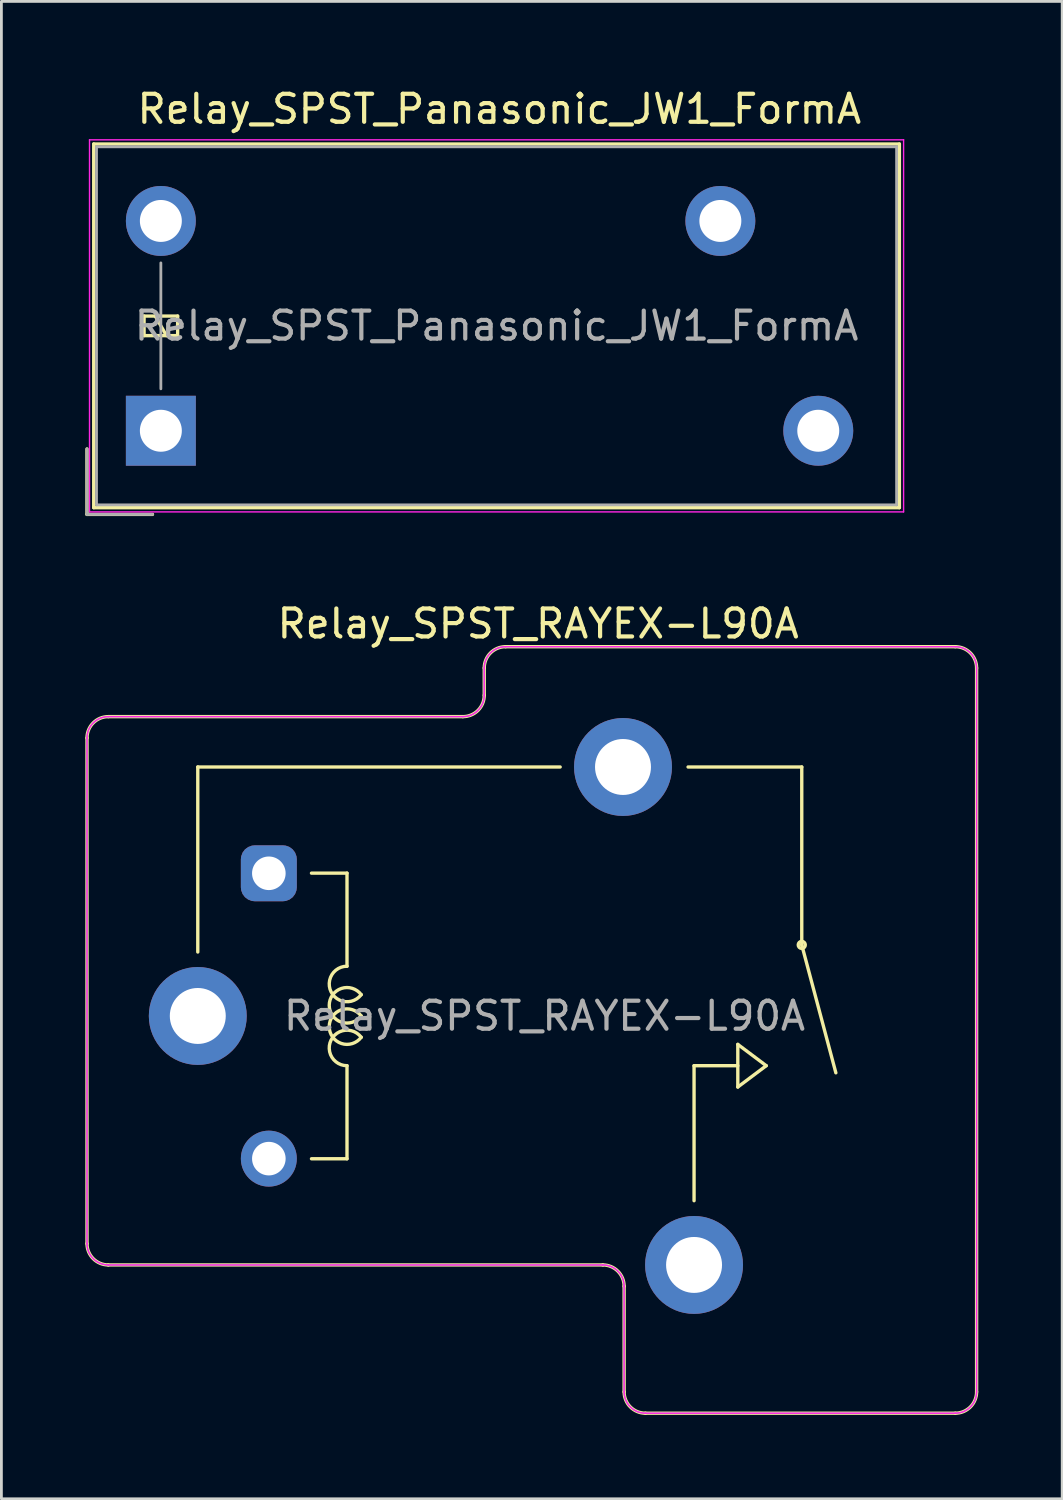
<source format=kicad_pcb>
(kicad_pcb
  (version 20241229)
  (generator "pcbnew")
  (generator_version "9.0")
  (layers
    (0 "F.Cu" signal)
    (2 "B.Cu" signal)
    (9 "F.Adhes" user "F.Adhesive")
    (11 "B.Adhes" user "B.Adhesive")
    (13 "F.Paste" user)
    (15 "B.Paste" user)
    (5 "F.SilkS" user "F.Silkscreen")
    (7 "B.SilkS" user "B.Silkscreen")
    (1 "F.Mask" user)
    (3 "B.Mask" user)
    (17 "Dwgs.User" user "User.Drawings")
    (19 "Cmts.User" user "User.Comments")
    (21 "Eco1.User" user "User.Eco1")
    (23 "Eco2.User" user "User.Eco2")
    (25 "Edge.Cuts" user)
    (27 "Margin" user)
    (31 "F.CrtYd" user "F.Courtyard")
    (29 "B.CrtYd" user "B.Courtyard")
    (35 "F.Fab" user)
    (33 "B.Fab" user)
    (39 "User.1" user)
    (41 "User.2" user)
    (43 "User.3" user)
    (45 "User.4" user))
  (footprint "Relay_SPST_Panasonic_JW1_FormA"
    (layer "F.Cu")
    (at 2.7 12.348)
    (property "Reference" "Relay_SPST_Panasonic_JW1_FormA" (at 12.1 -11.5 180) (layer "F.SilkS") (effects (font (size 1 1) (thickness 0.15))))
    (attr through_hole)
    (fp_line (start -2.64 2.99) (end -2.64 0.65) (stroke (width 0.12) (type solid)) (layer "F.SilkS"))
    (fp_line (start -2.4 -10.25) (end -2.4 2.75) (stroke (width 0.12) (type solid)) (layer "F.SilkS"))
    (fp_line (start -2.4 2.75) (end 26.4 2.75) (stroke (width 0.12) (type solid)) (layer "F.SilkS"))
    (fp_line (start -0.6 -4.1) (end -0.6 -3.4) (stroke (width 0.12) (type solid)) (layer "F.SilkS"))
    (fp_line (start -0.6 -3.4) (end 0.6 -3.4) (stroke (width 0.12) (type solid)) (layer "F.SilkS"))
    (fp_line (start -0.3 2.99) (end -2.64 2.99) (stroke (width 0.12) (type solid)) (layer "F.SilkS"))
    (fp_line (start 0.2 -3.4) (end -0.2 -4.1) (stroke (width 0.12) (type solid)) (layer "F.SilkS"))
    (fp_line (start 0.6 -4.1) (end -0.6 -4.1) (stroke (width 0.12) (type solid)) (layer "F.SilkS"))
    (fp_line (start 0.6 -3.4) (end 0.6 -4.1) (stroke (width 0.12) (type solid)) (layer "F.SilkS"))
    (fp_line (start 26.4 -10.25) (end -2.4 -10.25) (stroke (width 0.12) (type solid)) (layer "F.SilkS"))
    (fp_line (start 26.4 2.75) (end 26.4 -10.25) (stroke (width 0.12) (type solid)) (layer "F.SilkS"))
    (fp_line (start -2.55 -10.4) (end -2.55 2.9) (stroke (width 0.05) (type solid)) (layer "F.CrtYd"))
    (fp_line (start -2.55 2.9) (end 26.55 2.9) (stroke (width 0.05) (type solid)) (layer "F.CrtYd"))
    (fp_line (start 26.55 -10.4) (end -2.55 -10.4) (stroke (width 0.05) (type solid)) (layer "F.CrtYd"))
    (fp_line (start 26.55 2.9) (end 26.55 -10.4) (stroke (width 0.05) (type solid)) (layer "F.CrtYd"))
    (fp_line (start -2.64 2.99) (end -2.64 0.65) (stroke (width 0.1) (type solid)) (layer "F.Fab"))
    (fp_line (start -2.3 -10.15) (end -2.3 2.65) (stroke (width 0.1) (type solid)) (layer "F.Fab"))
    (fp_line (start -2.3 2.65) (end 26.3 2.65) (stroke (width 0.1) (type solid)) (layer "F.Fab"))
    (fp_line (start -0.3 2.99) (end -2.64 2.99) (stroke (width 0.1) (type solid)) (layer "F.Fab"))
    (fp_line (start 0 -1.5) (end 0 -6) (stroke (width 0.1) (type solid)) (layer "F.Fab"))
    (fp_line (start 26.3 -10.15) (end -2.3 -10.15) (stroke (width 0.1) (type solid)) (layer "F.Fab"))
    (fp_line (start 26.3 2.65) (end 26.3 -10.15) (stroke (width 0.1) (type solid)) (layer "F.Fab"))
    (fp_text user "${REFERENCE}" (at 12 -3.75 180) (layer "F.Fab") (effects (font (size 1 1) (thickness 0.15))))
    (pad "1" thru_hole rect (at 0 0 90) (size 2.5 2.5) (drill 1.5) (layers "*.Cu" "*.Mask"))
    (pad "4" thru_hole oval (at 23.5 0 90) (size 2.5 2.5) (drill 1.5) (layers "*.Cu" "*.Mask"))
    (pad "6" thru_hole oval (at 20 -7.5 90) (size 2.5 2.5) (drill 1.5) (layers "*.Cu" "*.Mask"))
    (pad "8" thru_hole oval (at 0 -7.5 90) (size 2.5 2.5) (drill 1.5) (layers "*.Cu" "*.Mask")))
  (footprint "Relay_SPST_RAYEX-L90A"
    (layer "F.Cu")
    (at 4.02 33.267)
    (property "Reference" "Relay_SPST_RAYEX-L90A" (at 12.167 -14.021 0) (layer "F.SilkS") (effects (font (size 1 1) (thickness 0.15))))
    (attr through_hole)
    (fp_line (start -3.96 -9.938) (end -3.96 8.138) (stroke (width 0.12) (type solid)) (layer "F.SilkS"))
    (fp_line (start -3.198 -10.7) (end 9.478 -10.7) (stroke (width 0.12) (type solid)) (layer "F.SilkS"))
    (fp_line (start -3.198 8.9) (end 14.478 8.9) (stroke (width 0.12) (type solid)) (layer "F.SilkS"))
    (fp_line (start 0 -8.9) (end 0 -2.286) (stroke (width 0.12) (type solid)) (layer "F.SilkS"))
    (fp_line (start 0 -8.9) (end 12.954 -8.9) (stroke (width 0.12) (type solid)) (layer "F.SilkS"))
    (fp_line (start 4.064 -5.105) (end 5.334 -5.105) (stroke (width 0.12) (type solid)) (layer "F.SilkS"))
    (fp_line (start 5.334 -1.778) (end 5.334 -5.105) (stroke (width 0.12) (type solid)) (layer "F.SilkS"))
    (fp_line (start 5.334 5.105) (end 4.064 5.105) (stroke (width 0.12) (type solid)) (layer "F.SilkS"))
    (fp_line (start 5.334 5.105) (end 5.334 1.778) (stroke (width 0.12) (type solid)) (layer "F.SilkS"))
    (fp_line (start 10.24 -12.438) (end 10.24 -11.462) (stroke (width 0.12) (type solid)) (layer "F.SilkS"))
    (fp_line (start 11.002 -13.2) (end 27.078 -13.2) (stroke (width 0.12) (type solid)) (layer "F.SilkS"))
    (fp_line (start 15.24 9.662) (end 15.24 13.438) (stroke (width 0.12) (type solid)) (layer "F.SilkS"))
    (fp_line (start 16.002 14.2) (end 27.078 14.2) (stroke (width 0.12) (type solid)) (layer "F.SilkS"))
    (fp_line (start 17.74 1.778) (end 19.304 1.778) (stroke (width 0.12) (type solid)) (layer "F.SilkS"))
    (fp_line (start 17.74 6.604) (end 17.74 1.778) (stroke (width 0.12) (type solid)) (layer "F.SilkS"))
    (fp_line (start 19.304 1.016) (end 19.304 2.54) (stroke (width 0.12) (type solid)) (layer "F.SilkS"))
    (fp_line (start 19.304 2.54) (end 20.32 1.778) (stroke (width 0.12) (type solid)) (layer "F.SilkS"))
    (fp_line (start 20.32 1.778) (end 19.304 1.016) (stroke (width 0.12) (type solid)) (layer "F.SilkS"))
    (fp_line (start 21.59 -8.9) (end 17.526 -8.9) (stroke (width 0.12) (type solid)) (layer "F.SilkS"))
    (fp_line (start 21.59 -2.54) (end 21.59 -8.9) (stroke (width 0.12) (type solid)) (layer "F.SilkS"))
    (fp_line (start 21.59 -2.54) (end 22.809 2.032) (stroke (width 0.12) (type solid)) (layer "F.SilkS"))
    (fp_line (start 27.84 -12.438) (end 27.84 13.438) (stroke (width 0.12) (type solid)) (layer "F.SilkS"))
    (fp_arc (start -3.96 -9.938) (mid -3.736815 -10.476815) (end -3.198 -10.7) (stroke (width 0.12) (type solid)) (layer "F.SilkS"))
    (fp_arc (start -3.198 8.9) (mid -3.736815 8.676815) (end -3.96 8.138) (stroke (width 0.12) (type solid)) (layer "F.SilkS"))
    (fp_arc (start 5.334002 1.777997) (mid 4.765966 0.859166) (end 5.841802 0.76173) (stroke (width 0.12) (type solid)) (layer "F.SilkS"))
    (fp_arc (start 5.8418 -0.761733) (mid 4.765964 -0.859168) (end 5.334 -1.778) (stroke (width 0.12) (type solid)) (layer "F.SilkS"))
    (fp_arc (start 5.842265 -0.000355) (mid 4.699002 -0.38078) (end 5.842 -0.762001) (stroke (width 0.12) (type solid)) (layer "F.SilkS"))
    (fp_arc (start 5.842266 0.761644) (mid 4.699003 0.381219) (end 5.842001 -0.000002) (stroke (width 0.12) (type solid)) (layer "F.SilkS"))
    (fp_arc (start 10.24 -12.438) (mid 10.463185 -12.976815) (end 11.002 -13.2) (stroke (width 0.12) (type solid)) (layer "F.SilkS"))
    (fp_arc (start 10.24 -11.462) (mid 10.016815 -10.923185) (end 9.478 -10.7) (stroke (width 0.12) (type solid)) (layer "F.SilkS"))
    (fp_arc (start 14.478 8.9) (mid 15.016815 9.123185) (end 15.24 9.662) (stroke (width 0.12) (type solid)) (layer "F.SilkS"))
    (fp_arc (start 16.002 14.2) (mid 15.463185 13.976815) (end 15.24 13.438) (stroke (width 0.12) (type solid)) (layer "F.SilkS"))
    (fp_arc (start 27.078 -13.2) (mid 27.616815 -12.976815) (end 27.84 -12.438) (stroke (width 0.12) (type solid)) (layer "F.SilkS"))
    (fp_arc (start 27.84 13.438) (mid 27.616815 13.976815) (end 27.078 14.2) (stroke (width 0.12) (type solid)) (layer "F.SilkS"))
    (fp_circle (center 21.59 -2.54) (end 21.59 -2.413) (stroke (width 0.12) (type solid)) (fill no) (layer "F.SilkS"))
    (fp_line (start -3.96 -9.938) (end -3.96 8.138) (stroke (width 0.05) (type solid)) (layer "F.CrtYd"))
    (fp_line (start -3.198 -10.7) (end 9.478 -10.7) (stroke (width 0.05) (type solid)) (layer "F.CrtYd"))
    (fp_line (start -3.198 8.9) (end 14.478 8.9) (stroke (width 0.05) (type solid)) (layer "F.CrtYd"))
    (fp_line (start 10.24 -12.438) (end 10.24 -11.462) (stroke (width 0.05) (type solid)) (layer "F.CrtYd"))
    (fp_line (start 11.002 -13.2) (end 27.078 -13.2) (stroke (width 0.05) (type solid)) (layer "F.CrtYd"))
    (fp_line (start 15.24 9.662) (end 15.24 13.438) (stroke (width 0.05) (type solid)) (layer "F.CrtYd"))
    (fp_line (start 16.002 14.2) (end 27.078 14.2) (stroke (width 0.05) (type solid)) (layer "F.CrtYd"))
    (fp_line (start 27.84 -12.438) (end 27.84 13.438) (stroke (width 0.05) (type solid)) (layer "F.CrtYd"))
    (fp_arc (start -3.96 -9.938) (mid -3.736815 -10.476815) (end -3.198 -10.7) (stroke (width 0.05) (type solid)) (layer "F.CrtYd"))
    (fp_arc (start -3.198 8.9) (mid -3.736815 8.676815) (end -3.96 8.138) (stroke (width 0.05) (type solid)) (layer "F.CrtYd"))
    (fp_arc (start 10.24 -12.438) (mid 10.463185 -12.976815) (end 11.002 -13.2) (stroke (width 0.05) (type solid)) (layer "F.CrtYd"))
    (fp_arc (start 10.24 -11.462) (mid 10.016815 -10.923185) (end 9.478 -10.7) (stroke (width 0.05) (type solid)) (layer "F.CrtYd"))
    (fp_arc (start 14.478 8.9) (mid 15.016815 9.123185) (end 15.24 9.662) (stroke (width 0.05) (type solid)) (layer "F.CrtYd"))
    (fp_arc (start 16.002 14.2) (mid 15.463185 13.976815) (end 15.24 13.438) (stroke (width 0.05) (type solid)) (layer "F.CrtYd"))
    (fp_arc (start 27.078 -13.2) (mid 27.616815 -12.976815) (end 27.84 -12.438) (stroke (width 0.05) (type solid)) (layer "F.CrtYd"))
    (fp_arc (start 27.84 13.438) (mid 27.616815 13.976815) (end 27.078 14.2) (stroke (width 0.05) (type solid)) (layer "F.CrtYd"))
    (fp_line (start -3.96 -9.938) (end -3.96 8.138) (stroke (width 0.05) (type solid)) (layer "F.Fab"))
    (fp_line (start -3.198 -10.7) (end 9.478 -10.7) (stroke (width 0.05) (type solid)) (layer "F.Fab"))
    (fp_line (start -3.198 8.9) (end 14.478 8.9) (stroke (width 0.05) (type solid)) (layer "F.Fab"))
    (fp_line (start 10.24 -12.438) (end 10.24 -11.462) (stroke (width 0.05) (type solid)) (layer "F.Fab"))
    (fp_line (start 11.002 -13.2) (end 27.078 -13.2) (stroke (width 0.05) (type solid)) (layer "F.Fab"))
    (fp_line (start 15.24 9.662) (end 15.24 13.438) (stroke (width 0.05) (type solid)) (layer "F.Fab"))
    (fp_line (start 16.002 14.2) (end 27.078 14.2) (stroke (width 0.05) (type solid)) (layer "F.Fab"))
    (fp_line (start 27.84 -12.438) (end 27.84 13.438) (stroke (width 0.05) (type solid)) (layer "F.Fab"))
    (fp_arc (start -3.96 -9.938) (mid -3.736815 -10.476815) (end -3.198 -10.7) (stroke (width 0.05) (type solid)) (layer "F.Fab"))
    (fp_arc (start -3.198 8.9) (mid -3.736815 8.676815) (end -3.96 8.138) (stroke (width 0.05) (type solid)) (layer "F.Fab"))
    (fp_arc (start 10.24 -12.438) (mid 10.463185 -12.976815) (end 11.002 -13.2) (stroke (width 0.05) (type solid)) (layer "F.Fab"))
    (fp_arc (start 10.24 -11.462) (mid 10.016815 -10.923185) (end 9.478 -10.7) (stroke (width 0.05) (type solid)) (layer "F.Fab"))
    (fp_arc (start 14.478 8.9) (mid 15.016815 9.123185) (end 15.24 9.662) (stroke (width 0.05) (type solid)) (layer "F.Fab"))
    (fp_arc (start 16.002 14.2) (mid 15.463185 13.976815) (end 15.24 13.438) (stroke (width 0.05) (type solid)) (layer "F.Fab"))
    (fp_arc (start 27.078 -13.2) (mid 27.616815 -12.976815) (end 27.84 -12.438) (stroke (width 0.05) (type solid)) (layer "F.Fab"))
    (fp_arc (start 27.84 13.438) (mid 27.616815 13.976815) (end 27.078 14.2) (stroke (width 0.05) (type solid)) (layer "F.Fab"))
    (fp_text user "${REFERENCE}" (at 12.395 0 0) (layer "F.Fab") (effects (font (size 1 1) (thickness 0.15))))
    (pad "1" thru_hole circle (at 0 0 180) (size 3.5 3.5) (drill 2) (layers "*.Cu" "*.Mask"))
    (pad "2" thru_hole roundrect (at 2.54 -5.1 180) (size 2 2) (drill 1.2) (layers "*.Cu" "*.Mask") (roundrect_rratio 0.25))
    (pad "3" thru_hole circle (at 17.74 8.9 180) (size 3.5 3.5) (drill 2) (layers "*.Cu" "*.Mask"))
    (pad "5" thru_hole circle (at 15.2 -8.9 180) (size 3.5 3.5) (drill 2) (layers "*.Cu" "*.Mask"))
    (pad "6" thru_hole circle (at 2.54 5.1 180) (size 2 2) (drill 1.2) (layers "*.Cu" "*.Mask")))
  (gr_rect
    (start -3 -3)
    (end 34.92 50.527)
    (stroke (width 0.1) (type default))
    (fill no)
    (layer "Edge.Cuts")))
</source>
